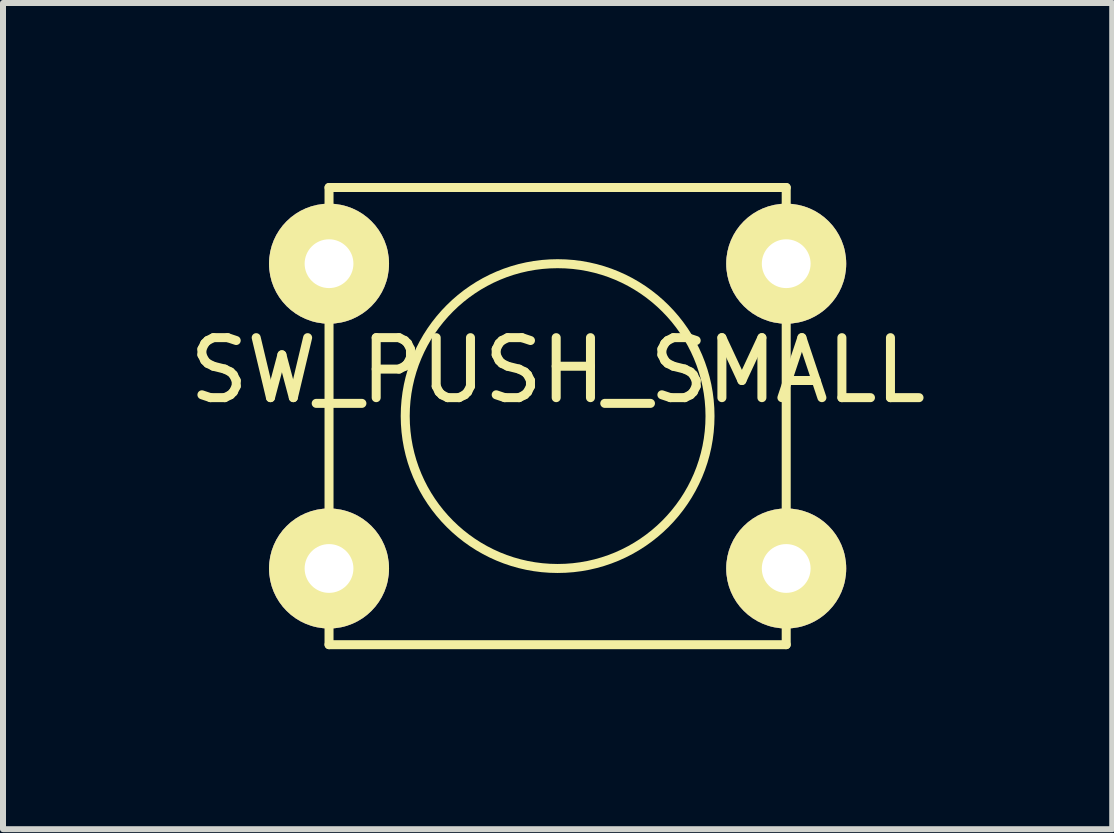
<source format=kicad_pcb>
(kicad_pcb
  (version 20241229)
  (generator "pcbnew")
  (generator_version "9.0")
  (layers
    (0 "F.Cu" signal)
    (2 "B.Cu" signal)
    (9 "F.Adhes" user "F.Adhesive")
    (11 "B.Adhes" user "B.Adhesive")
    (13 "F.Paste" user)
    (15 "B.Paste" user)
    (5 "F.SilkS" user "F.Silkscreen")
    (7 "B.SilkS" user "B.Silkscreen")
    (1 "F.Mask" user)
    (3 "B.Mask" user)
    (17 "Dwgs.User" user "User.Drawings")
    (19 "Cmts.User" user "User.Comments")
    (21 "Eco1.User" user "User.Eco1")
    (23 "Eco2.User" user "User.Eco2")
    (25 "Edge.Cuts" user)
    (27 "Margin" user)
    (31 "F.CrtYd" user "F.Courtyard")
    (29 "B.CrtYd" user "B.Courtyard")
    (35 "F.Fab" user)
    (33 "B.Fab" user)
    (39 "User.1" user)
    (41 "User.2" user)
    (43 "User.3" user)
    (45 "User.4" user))
  (footprint "SW_PUSH_SMALL"
    (layer "F.Cu")
    (at 6.244 3.885)
    (property "Reference" "SW_PUSH_SMALL" (at 0 -0.762 0) (layer "F.SilkS") (effects (font (size 1 1) (thickness 0.15))))
    (attr through_hole)
    (fp_line (start -3.81 -3.81) (end -3.81 3.81) (stroke (width 0.15) (type solid)) (layer "F.SilkS"))
    (fp_line (start -3.81 -3.81) (end 3.81 -3.81) (stroke (width 0.15) (type solid)) (layer "F.SilkS"))
    (fp_line (start 3.81 -3.81) (end 3.81 3.81) (stroke (width 0.15) (type solid)) (layer "F.SilkS"))
    (fp_line (start 3.81 3.81) (end -3.81 3.81) (stroke (width 0.15) (type solid)) (layer "F.SilkS"))
    (fp_circle (center 0 0) (end 0 -2.54) (stroke (width 0.15) (type solid)) (fill no) (layer "F.SilkS"))
    (pad "1" thru_hole circle (at -3.81 -2.54) (size 2 2) (drill 0.813) (layers "*.Cu" "*.Mask" "F.SilkS"))
    (pad "1" thru_hole circle (at 3.81 -2.54) (size 2 2) (drill 0.813) (layers "*.Cu" "*.Mask" "F.SilkS"))
    (pad "2" thru_hole circle (at -3.81 2.54) (size 2 2) (drill 0.813) (layers "*.Cu" "*.Mask" "F.SilkS"))
    (pad "2" thru_hole circle (at 3.81 2.54) (size 2 2) (drill 0.813) (layers "*.Cu" "*.Mask" "F.SilkS")))
  (gr_rect
    (start -3 -3)
    (end 15.488 10.77)
    (stroke (width 0.1) (type default))
    (fill no)
    (layer "Edge.Cuts")))
</source>
